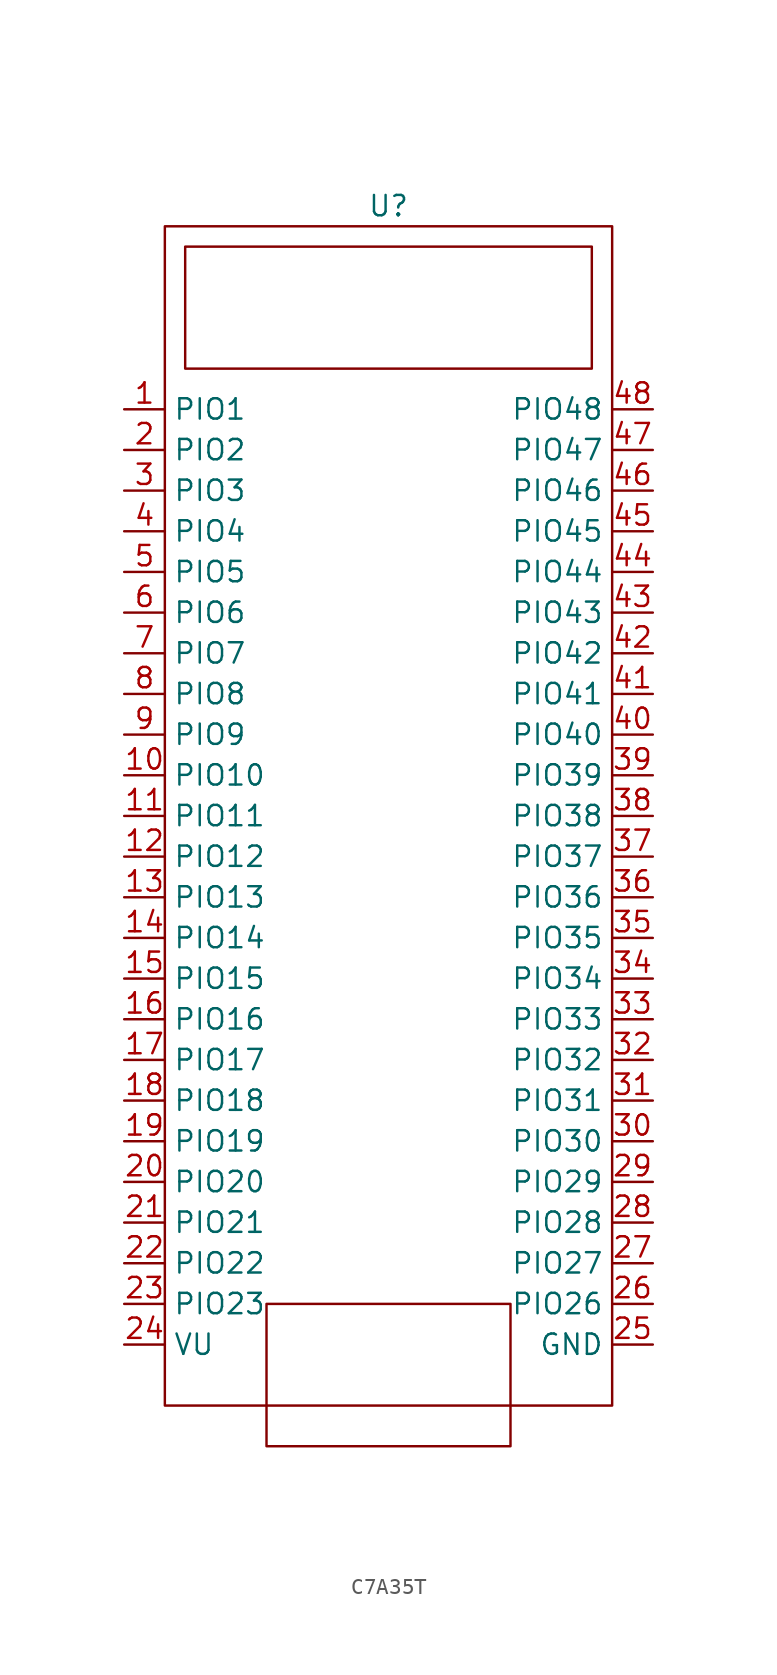
<source format=kicad_sym>
(kicad_symbol_lib
  (version 20231120)
  (generator "kicad_symbol_editor")
  (generator_version "8.0")
  (symbol "C7A35T"
    (property "Reference" "U"
      (at 0 0 0)
      (effects (font (size 1.27 1.27))))
    (property "Value" ""
      (at 0 0 0)
      (effects (font (size 1.27 1.27))))
    (symbol "C7A35T_0_1"
      (rectangle (start -13.97 -1.27) (end 13.97 -74.93) (stroke (width 0) (type default)) (fill (type none)))
      (rectangle (start -12.7 -2.54) (end 12.7 -10.16) (stroke (width 0) (type default)) (fill (type none)))
      (rectangle (start -7.62 -68.58) (end 7.62 -77.47) (stroke (width 0) (type default)) (fill (type none))))
    (symbol "C7A35T_1_1"
      (pin bidirectional line (at -16.51 -12.7 0) (length 2.54) (name "PIO1" (effects (font (size 1.27 1.27)))) (number "1" (effects (font (size 1.27 1.27)))))
      (pin bidirectional line (at -16.51 -35.56 0) (length 2.54) (name "PIO10" (effects (font (size 1.27 1.27)))) (number "10" (effects (font (size 1.27 1.27)))))
      (pin bidirectional line (at -16.51 -38.1 0) (length 2.54) (name "PIO11" (effects (font (size 1.27 1.27)))) (number "11" (effects (font (size 1.27 1.27)))))
      (pin bidirectional line (at -16.51 -40.64 0) (length 2.54) (name "PIO12" (effects (font (size 1.27 1.27)))) (number "12" (effects (font (size 1.27 1.27)))))
      (pin bidirectional line (at -16.51 -43.18 0) (length 2.54) (name "PIO13" (effects (font (size 1.27 1.27)))) (number "13" (effects (font (size 1.27 1.27)))))
      (pin bidirectional line (at -16.51 -45.72 0) (length 2.54) (name "PIO14" (effects (font (size 1.27 1.27)))) (number "14" (effects (font (size 1.27 1.27)))))
      (pin bidirectional line (at -16.51 -48.26 0) (length 2.54) (name "PIO15" (effects (font (size 1.27 1.27)))) (number "15" (effects (font (size 1.27 1.27)))))
      (pin bidirectional line (at -16.51 -50.8 0) (length 2.54) (name "PIO16" (effects (font (size 1.27 1.27)))) (number "16" (effects (font (size 1.27 1.27)))))
      (pin bidirectional line (at -16.51 -53.34 0) (length 2.54) (name "PIO17" (effects (font (size 1.27 1.27)))) (number "17" (effects (font (size 1.27 1.27)))))
      (pin bidirectional line (at -16.51 -55.88 0) (length 2.54) (name "PIO18" (effects (font (size 1.27 1.27)))) (number "18" (effects (font (size 1.27 1.27)))))
      (pin bidirectional line (at -16.51 -58.42 0) (length 2.54) (name "PIO19" (effects (font (size 1.27 1.27)))) (number "19" (effects (font (size 1.27 1.27)))))
      (pin bidirectional line (at -16.51 -15.24 0) (length 2.54) (name "PIO2" (effects (font (size 1.27 1.27)))) (number "2" (effects (font (size 1.27 1.27)))))
      (pin bidirectional line (at -16.51 -60.96 0) (length 2.54) (name "PIO20" (effects (font (size 1.27 1.27)))) (number "20" (effects (font (size 1.27 1.27)))))
      (pin bidirectional line (at -16.51 -63.5 0) (length 2.54) (name "PIO21" (effects (font (size 1.27 1.27)))) (number "21" (effects (font (size 1.27 1.27)))))
      (pin bidirectional line (at -16.51 -66.04 0) (length 2.54) (name "PIO22" (effects (font (size 1.27 1.27)))) (number "22" (effects (font (size 1.27 1.27)))))
      (pin bidirectional line (at -16.51 -68.58 0) (length 2.54) (name "PIO23" (effects (font (size 1.27 1.27)))) (number "23" (effects (font (size 1.27 1.27)))))
      (pin power_in line (at -16.51 -71.12 0) (length 2.54) (name "VU" (effects (font (size 1.27 1.27)))) (number "24" (effects (font (size 1.27 1.27)))))
      (pin power_in line (at 16.51 -71.12 180) (length 2.54) (name "GND" (effects (font (size 1.27 1.27)))) (number "25" (effects (font (size 1.27 1.27)))))
      (pin bidirectional line (at 16.51 -68.58 180) (length 2.54) (name "PIO26" (effects (font (size 1.27 1.27)))) (number "26" (effects (font (size 1.27 1.27)))))
      (pin bidirectional line (at 16.51 -66.04 180) (length 2.54) (name "PIO27" (effects (font (size 1.27 1.27)))) (number "27" (effects (font (size 1.27 1.27)))))
      (pin bidirectional line (at 16.51 -63.5 180) (length 2.54) (name "PIO28" (effects (font (size 1.27 1.27)))) (number "28" (effects (font (size 1.27 1.27)))))
      (pin bidirectional line (at 16.51 -60.96 180) (length 2.54) (name "PIO29" (effects (font (size 1.27 1.27)))) (number "29" (effects (font (size 1.27 1.27)))))
      (pin bidirectional line (at -16.51 -17.78 0) (length 2.54) (name "PIO3" (effects (font (size 1.27 1.27)))) (number "3" (effects (font (size 1.27 1.27)))))
      (pin bidirectional line (at 16.51 -58.42 180) (length 2.54) (name "PIO30" (effects (font (size 1.27 1.27)))) (number "30" (effects (font (size 1.27 1.27)))))
      (pin bidirectional line (at 16.51 -55.88 180) (length 2.54) (name "PIO31" (effects (font (size 1.27 1.27)))) (number "31" (effects (font (size 1.27 1.27)))))
      (pin bidirectional line (at 16.51 -53.34 180) (length 2.54) (name "PIO32" (effects (font (size 1.27 1.27)))) (number "32" (effects (font (size 1.27 1.27)))))
      (pin bidirectional line (at 16.51 -50.8 180) (length 2.54) (name "PIO33" (effects (font (size 1.27 1.27)))) (number "33" (effects (font (size 1.27 1.27)))))
      (pin bidirectional line (at 16.51 -48.26 180) (length 2.54) (name "PIO34" (effects (font (size 1.27 1.27)))) (number "34" (effects (font (size 1.27 1.27)))))
      (pin bidirectional line (at 16.51 -45.72 180) (length 2.54) (name "PIO35" (effects (font (size 1.27 1.27)))) (number "35" (effects (font (size 1.27 1.27)))))
      (pin bidirectional line (at 16.51 -43.18 180) (length 2.54) (name "PIO36" (effects (font (size 1.27 1.27)))) (number "36" (effects (font (size 1.27 1.27)))))
      (pin bidirectional line (at 16.51 -40.64 180) (length 2.54) (name "PIO37" (effects (font (size 1.27 1.27)))) (number "37" (effects (font (size 1.27 1.27)))))
      (pin bidirectional line (at 16.51 -38.1 180) (length 2.54) (name "PIO38" (effects (font (size 1.27 1.27)))) (number "38" (effects (font (size 1.27 1.27)))))
      (pin bidirectional line (at 16.51 -35.56 180) (length 2.54) (name "PIO39" (effects (font (size 1.27 1.27)))) (number "39" (effects (font (size 1.27 1.27)))))
      (pin bidirectional line (at -16.51 -20.32 0) (length 2.54) (name "PIO4" (effects (font (size 1.27 1.27)))) (number "4" (effects (font (size 1.27 1.27)))))
      (pin bidirectional line (at 16.51 -33.02 180) (length 2.54) (name "PIO40" (effects (font (size 1.27 1.27)))) (number "40" (effects (font (size 1.27 1.27)))))
      (pin bidirectional line (at 16.51 -30.48 180) (length 2.54) (name "PIO41" (effects (font (size 1.27 1.27)))) (number "41" (effects (font (size 1.27 1.27)))))
      (pin bidirectional line (at 16.51 -27.94 180) (length 2.54) (name "PIO42" (effects (font (size 1.27 1.27)))) (number "42" (effects (font (size 1.27 1.27)))))
      (pin bidirectional line (at 16.51 -25.4 180) (length 2.54) (name "PIO43" (effects (font (size 1.27 1.27)))) (number "43" (effects (font (size 1.27 1.27)))))
      (pin bidirectional line (at 16.51 -22.86 180) (length 2.54) (name "PIO44" (effects (font (size 1.27 1.27)))) (number "44" (effects (font (size 1.27 1.27)))))
      (pin bidirectional line (at 16.51 -20.32 180) (length 2.54) (name "PIO45" (effects (font (size 1.27 1.27)))) (number "45" (effects (font (size 1.27 1.27)))))
      (pin bidirectional line (at 16.51 -17.78 180) (length 2.54) (name "PIO46" (effects (font (size 1.27 1.27)))) (number "46" (effects (font (size 1.27 1.27)))))
      (pin bidirectional line (at 16.51 -15.24 180) (length 2.54) (name "PIO47" (effects (font (size 1.27 1.27)))) (number "47" (effects (font (size 1.27 1.27)))))
      (pin bidirectional line (at 16.51 -12.7 180) (length 2.54) (name "PIO48" (effects (font (size 1.27 1.27)))) (number "48" (effects (font (size 1.27 1.27)))))
      (pin bidirectional line (at -16.51 -22.86 0) (length 2.54) (name "PIO5" (effects (font (size 1.27 1.27)))) (number "5" (effects (font (size 1.27 1.27)))))
      (pin bidirectional line (at -16.51 -25.4 0) (length 2.54) (name "PIO6" (effects (font (size 1.27 1.27)))) (number "6" (effects (font (size 1.27 1.27)))))
      (pin bidirectional line (at -16.51 -27.94 0) (length 2.54) (name "PIO7" (effects (font (size 1.27 1.27)))) (number "7" (effects (font (size 1.27 1.27)))))
      (pin bidirectional line (at -16.51 -30.48 0) (length 2.54) (name "PIO8" (effects (font (size 1.27 1.27)))) (number "8" (effects (font (size 1.27 1.27)))))
      (pin bidirectional line (at -16.51 -33.02 0) (length 2.54) (name "PIO9" (effects (font (size 1.27 1.27)))) (number "9" (effects (font (size 1.27 1.27))))))))
</source>
